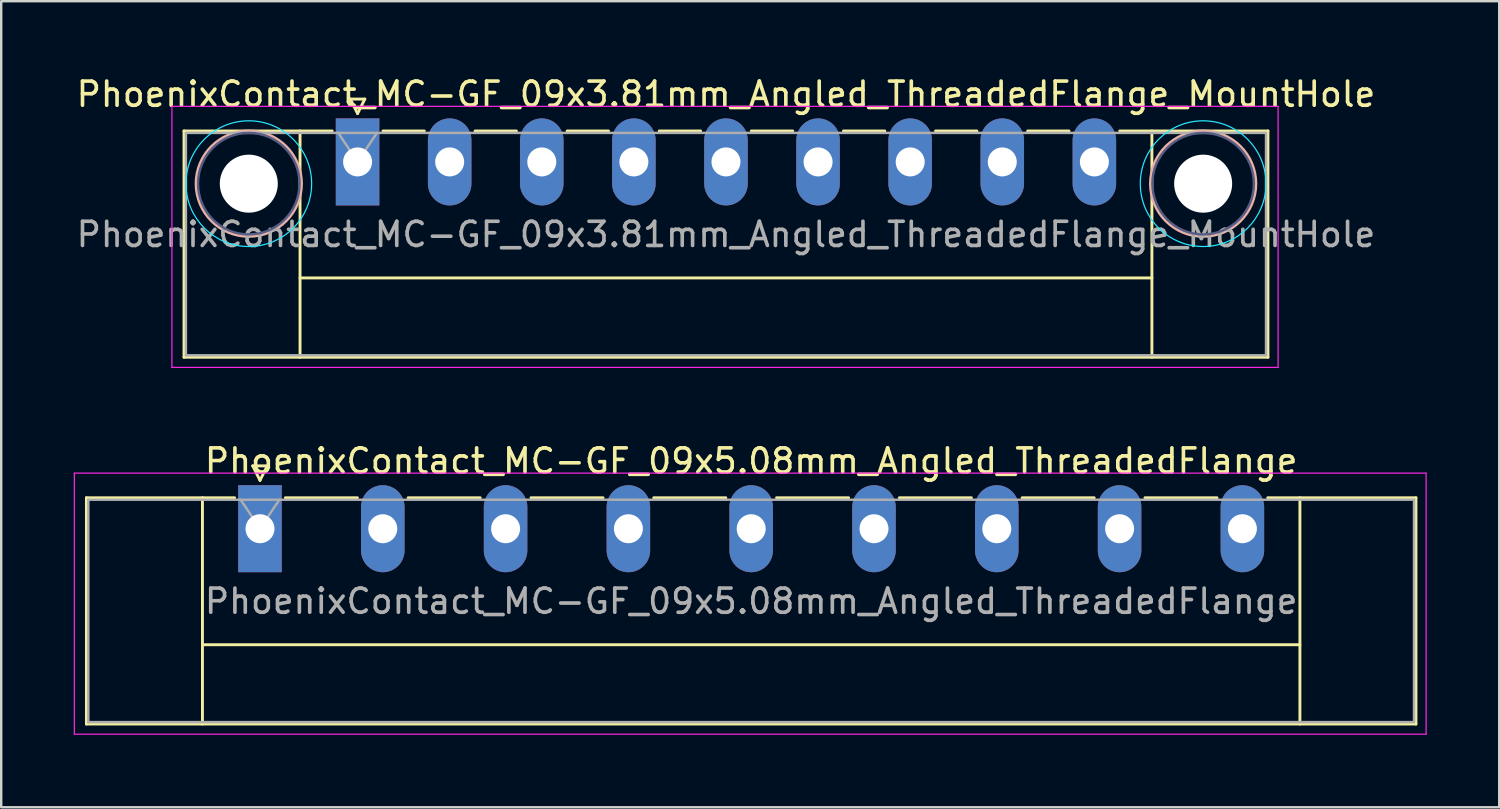
<source format=kicad_pcb>
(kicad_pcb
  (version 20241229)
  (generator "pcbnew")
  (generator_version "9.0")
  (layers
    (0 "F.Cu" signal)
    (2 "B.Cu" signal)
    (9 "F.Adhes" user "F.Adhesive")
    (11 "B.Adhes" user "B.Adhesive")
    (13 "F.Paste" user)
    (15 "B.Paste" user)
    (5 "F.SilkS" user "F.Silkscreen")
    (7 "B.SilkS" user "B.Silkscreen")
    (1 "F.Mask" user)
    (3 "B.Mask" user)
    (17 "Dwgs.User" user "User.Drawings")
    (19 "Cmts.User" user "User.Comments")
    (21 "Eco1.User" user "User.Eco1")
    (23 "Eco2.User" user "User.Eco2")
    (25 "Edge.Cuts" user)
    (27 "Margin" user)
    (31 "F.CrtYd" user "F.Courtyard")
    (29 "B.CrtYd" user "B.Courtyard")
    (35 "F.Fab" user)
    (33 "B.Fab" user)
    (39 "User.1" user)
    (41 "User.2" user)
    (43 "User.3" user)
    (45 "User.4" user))
  (footprint "PhoenixContact_MC-GF_09x3.81mm_Angled_ThreadedFlange_MountHole"
    (layer "F.Cu")
    (at 11.742 3.648)
    (property "Reference" "PhoenixContact_MC-GF_09x3.81mm_Angled_ThreadedFlange_MountHole" (at 15.24 -2.8 0) (layer "F.SilkS") (effects (font (size 1 1) (thickness 0.15))))
    (attr through_hole)
    (fp_line (start -7.18 -1.28) (end -7.18 8.08) (stroke (width 0.12) (type solid)) (layer "F.SilkS"))
    (fp_line (start -7.18 -1.28) (end -1.05 -1.28) (stroke (width 0.12) (type solid)) (layer "F.SilkS"))
    (fp_line (start -7.18 8.08) (end 37.66 8.08) (stroke (width 0.12) (type solid)) (layer "F.SilkS"))
    (fp_line (start -2.38 -1.28) (end -2.38 8.08) (stroke (width 0.12) (type solid)) (layer "F.SilkS"))
    (fp_line (start -2.38 4.8) (end 32.86 4.8) (stroke (width 0.12) (type solid)) (layer "F.SilkS"))
    (fp_line (start -0.3 -2.6) (end 0.3 -2.6) (stroke (width 0.12) (type solid)) (layer "F.SilkS"))
    (fp_line (start 0 -2) (end -0.3 -2.6) (stroke (width 0.12) (type solid)) (layer "F.SilkS"))
    (fp_line (start 0.3 -2.6) (end 0 -2) (stroke (width 0.12) (type solid)) (layer "F.SilkS"))
    (fp_line (start 1.05 -1.28) (end 2.76 -1.28) (stroke (width 0.12) (type solid)) (layer "F.SilkS"))
    (fp_line (start 4.86 -1.28) (end 6.57 -1.28) (stroke (width 0.12) (type solid)) (layer "F.SilkS"))
    (fp_line (start 8.67 -1.28) (end 10.38 -1.28) (stroke (width 0.12) (type solid)) (layer "F.SilkS"))
    (fp_line (start 12.48 -1.28) (end 14.19 -1.28) (stroke (width 0.12) (type solid)) (layer "F.SilkS"))
    (fp_line (start 16.29 -1.28) (end 18 -1.28) (stroke (width 0.12) (type solid)) (layer "F.SilkS"))
    (fp_line (start 20.1 -1.28) (end 21.81 -1.28) (stroke (width 0.12) (type solid)) (layer "F.SilkS"))
    (fp_line (start 23.91 -1.28) (end 25.62 -1.28) (stroke (width 0.12) (type solid)) (layer "F.SilkS"))
    (fp_line (start 27.72 -1.28) (end 29.43 -1.28) (stroke (width 0.12) (type solid)) (layer "F.SilkS"))
    (fp_line (start 32.86 -1.28) (end 32.86 8.08) (stroke (width 0.12) (type solid)) (layer "F.SilkS"))
    (fp_line (start 37.66 -1.28) (end 31.53 -1.28) (stroke (width 0.12) (type solid)) (layer "F.SilkS"))
    (fp_line (start 37.66 8.08) (end 37.66 -1.28) (stroke (width 0.12) (type solid)) (layer "F.SilkS"))
    (fp_circle (center -4.5 0.9) (end -2.32 0.9) (stroke (width 0.12) (type solid)) (fill no) (layer "B.SilkS"))
    (fp_circle (center 34.98 0.9) (end 37.16 0.9) (stroke (width 0.12) (type solid)) (fill no) (layer "B.SilkS"))
    (fp_circle (center -4.5 0.9) (end -1.9 0.9) (stroke (width 0.05) (type solid)) (fill no) (layer "B.CrtYd"))
    (fp_circle (center 34.98 0.9) (end 37.58 0.9) (stroke (width 0.05) (type solid)) (fill no) (layer "B.CrtYd"))
    (fp_line (start -7.68 -2.3) (end -7.68 8.5) (stroke (width 0.05) (type solid)) (layer "F.CrtYd"))
    (fp_line (start -7.68 8.5) (end 38.08 8.5) (stroke (width 0.05) (type solid)) (layer "F.CrtYd"))
    (fp_line (start 38.08 -2.3) (end -7.68 -2.3) (stroke (width 0.05) (type solid)) (layer "F.CrtYd"))
    (fp_line (start 38.08 8.5) (end 38.08 -2.3) (stroke (width 0.05) (type solid)) (layer "F.CrtYd"))
    (fp_circle (center -4.5 0.9) (end -2.4 0.9) (stroke (width 0.1) (type solid)) (fill no) (layer "B.Fab"))
    (fp_circle (center 34.98 0.9) (end 37.08 0.9) (stroke (width 0.1) (type solid)) (fill no) (layer "B.Fab"))
    (fp_line (start -7.1 -1.2) (end -7.1 8) (stroke (width 0.1) (type solid)) (layer "F.Fab"))
    (fp_line (start -7.1 8) (end 37.58 8) (stroke (width 0.1) (type solid)) (layer "F.Fab"))
    (fp_line (start 0 0) (end -0.8 -1.2) (stroke (width 0.1) (type solid)) (layer "F.Fab"))
    (fp_line (start 0.8 -1.2) (end 0 0) (stroke (width 0.1) (type solid)) (layer "F.Fab"))
    (fp_line (start 37.58 -1.2) (end -7.1 -1.2) (stroke (width 0.1) (type solid)) (layer "F.Fab"))
    (fp_line (start 37.58 8) (end 37.58 -1.2) (stroke (width 0.1) (type solid)) (layer "F.Fab"))
    (fp_text user "${REFERENCE}" (at 15.24 3 0) (layer "F.Fab") (effects (font (size 1 1) (thickness 0.15))))
    (pad "" np_thru_hole circle (at -4.5 0.9) (size 2.4 2.4) (drill 2.4) (layers "*.Cu" "*.Mask"))
    (pad "" np_thru_hole circle (at 34.98 0.9) (size 2.4 2.4) (drill 2.4) (layers "*.Cu" "*.Mask"))
    (pad "1" thru_hole rect (at 0 0) (size 1.8 3.6) (drill 1.2) (layers "*.Cu" "*.Mask"))
    (pad "2" thru_hole oval (at 3.81 0) (size 1.8 3.6) (drill 1.2) (layers "*.Cu" "*.Mask"))
    (pad "3" thru_hole oval (at 7.62 0) (size 1.8 3.6) (drill 1.2) (layers "*.Cu" "*.Mask"))
    (pad "4" thru_hole oval (at 11.43 0) (size 1.8 3.6) (drill 1.2) (layers "*.Cu" "*.Mask"))
    (pad "5" thru_hole oval (at 15.24 0) (size 1.8 3.6) (drill 1.2) (layers "*.Cu" "*.Mask"))
    (pad "6" thru_hole oval (at 19.05 0) (size 1.8 3.6) (drill 1.2) (layers "*.Cu" "*.Mask"))
    (pad "7" thru_hole oval (at 22.86 0) (size 1.8 3.6) (drill 1.2) (layers "*.Cu" "*.Mask"))
    (pad "8" thru_hole oval (at 26.67 0) (size 1.8 3.6) (drill 1.2) (layers "*.Cu" "*.Mask"))
    (pad "9" thru_hole oval (at 30.48 0) (size 1.8 3.6) (drill 1.2) (layers "*.Cu" "*.Mask")))
  (footprint "PhoenixContact_MC-GF_09x5.08mm_Angled_ThreadedFlange"
    (layer "F.Cu")
    (at 7.705 18.822)
    (property "Reference" "PhoenixContact_MC-GF_09x5.08mm_Angled_ThreadedFlange" (at 20.32 -2.8 0) (layer "F.SilkS") (effects (font (size 1 1) (thickness 0.15))))
    (attr through_hole)
    (fp_line (start -7.18 -1.28) (end -7.18 8.08) (stroke (width 0.12) (type solid)) (layer "F.SilkS"))
    (fp_line (start -7.18 -1.28) (end -1.05 -1.28) (stroke (width 0.12) (type solid)) (layer "F.SilkS"))
    (fp_line (start -7.18 8.08) (end 47.82 8.08) (stroke (width 0.12) (type solid)) (layer "F.SilkS"))
    (fp_line (start -2.38 -1.28) (end -2.38 8.08) (stroke (width 0.12) (type solid)) (layer "F.SilkS"))
    (fp_line (start -2.38 4.8) (end 43.02 4.8) (stroke (width 0.12) (type solid)) (layer "F.SilkS"))
    (fp_line (start -0.3 -2.6) (end 0.3 -2.6) (stroke (width 0.12) (type solid)) (layer "F.SilkS"))
    (fp_line (start 0 -2) (end -0.3 -2.6) (stroke (width 0.12) (type solid)) (layer "F.SilkS"))
    (fp_line (start 0.3 -2.6) (end 0 -2) (stroke (width 0.12) (type solid)) (layer "F.SilkS"))
    (fp_line (start 1.05 -1.28) (end 4.03 -1.28) (stroke (width 0.12) (type solid)) (layer "F.SilkS"))
    (fp_line (start 6.13 -1.28) (end 9.11 -1.28) (stroke (width 0.12) (type solid)) (layer "F.SilkS"))
    (fp_line (start 11.21 -1.28) (end 14.19 -1.28) (stroke (width 0.12) (type solid)) (layer "F.SilkS"))
    (fp_line (start 16.29 -1.28) (end 19.27 -1.28) (stroke (width 0.12) (type solid)) (layer "F.SilkS"))
    (fp_line (start 21.37 -1.28) (end 24.35 -1.28) (stroke (width 0.12) (type solid)) (layer "F.SilkS"))
    (fp_line (start 26.45 -1.28) (end 29.43 -1.28) (stroke (width 0.12) (type solid)) (layer "F.SilkS"))
    (fp_line (start 31.53 -1.28) (end 34.51 -1.28) (stroke (width 0.12) (type solid)) (layer "F.SilkS"))
    (fp_line (start 36.61 -1.28) (end 39.59 -1.28) (stroke (width 0.12) (type solid)) (layer "F.SilkS"))
    (fp_line (start 43.02 -1.28) (end 43.02 8.08) (stroke (width 0.12) (type solid)) (layer "F.SilkS"))
    (fp_line (start 47.82 -1.28) (end 41.69 -1.28) (stroke (width 0.12) (type solid)) (layer "F.SilkS"))
    (fp_line (start 47.82 8.08) (end 47.82 -1.28) (stroke (width 0.12) (type solid)) (layer "F.SilkS"))
    (fp_line (start -7.68 -2.3) (end -7.68 8.5) (stroke (width 0.05) (type solid)) (layer "F.CrtYd"))
    (fp_line (start -7.68 8.5) (end 48.24 8.5) (stroke (width 0.05) (type solid)) (layer "F.CrtYd"))
    (fp_line (start 48.24 -2.3) (end -7.68 -2.3) (stroke (width 0.05) (type solid)) (layer "F.CrtYd"))
    (fp_line (start 48.24 8.5) (end 48.24 -2.3) (stroke (width 0.05) (type solid)) (layer "F.CrtYd"))
    (fp_line (start -7.1 -1.2) (end -7.1 8) (stroke (width 0.1) (type solid)) (layer "F.Fab"))
    (fp_line (start -7.1 8) (end 47.74 8) (stroke (width 0.1) (type solid)) (layer "F.Fab"))
    (fp_line (start 0 0) (end -0.8 -1.2) (stroke (width 0.1) (type solid)) (layer "F.Fab"))
    (fp_line (start 0.8 -1.2) (end 0 0) (stroke (width 0.1) (type solid)) (layer "F.Fab"))
    (fp_line (start 47.74 -1.2) (end -7.1 -1.2) (stroke (width 0.1) (type solid)) (layer "F.Fab"))
    (fp_line (start 47.74 8) (end 47.74 -1.2) (stroke (width 0.1) (type solid)) (layer "F.Fab"))
    (fp_text user "${REFERENCE}" (at 20.32 3 0) (layer "F.Fab") (effects (font (size 1 1) (thickness 0.15))))
    (pad "1" thru_hole rect (at 0 0) (size 1.8 3.6) (drill 1.2) (layers "*.Cu" "*.Mask"))
    (pad "2" thru_hole oval (at 5.08 0) (size 1.8 3.6) (drill 1.2) (layers "*.Cu" "*.Mask"))
    (pad "3" thru_hole oval (at 10.16 0) (size 1.8 3.6) (drill 1.2) (layers "*.Cu" "*.Mask"))
    (pad "4" thru_hole oval (at 15.24 0) (size 1.8 3.6) (drill 1.2) (layers "*.Cu" "*.Mask"))
    (pad "5" thru_hole oval (at 20.32 0) (size 1.8 3.6) (drill 1.2) (layers "*.Cu" "*.Mask"))
    (pad "6" thru_hole oval (at 25.4 0) (size 1.8 3.6) (drill 1.2) (layers "*.Cu" "*.Mask"))
    (pad "7" thru_hole oval (at 30.48 0) (size 1.8 3.6) (drill 1.2) (layers "*.Cu" "*.Mask"))
    (pad "8" thru_hole oval (at 35.56 0) (size 1.8 3.6) (drill 1.2) (layers "*.Cu" "*.Mask"))
    (pad "9" thru_hole oval (at 40.64 0) (size 1.8 3.6) (drill 1.2) (layers "*.Cu" "*.Mask")))
  (gr_rect
    (start -3 -3)
    (end 58.97 30.346)
    (stroke (width 0.1) (type default))
    (fill no)
    (layer "Edge.Cuts")))
</source>
